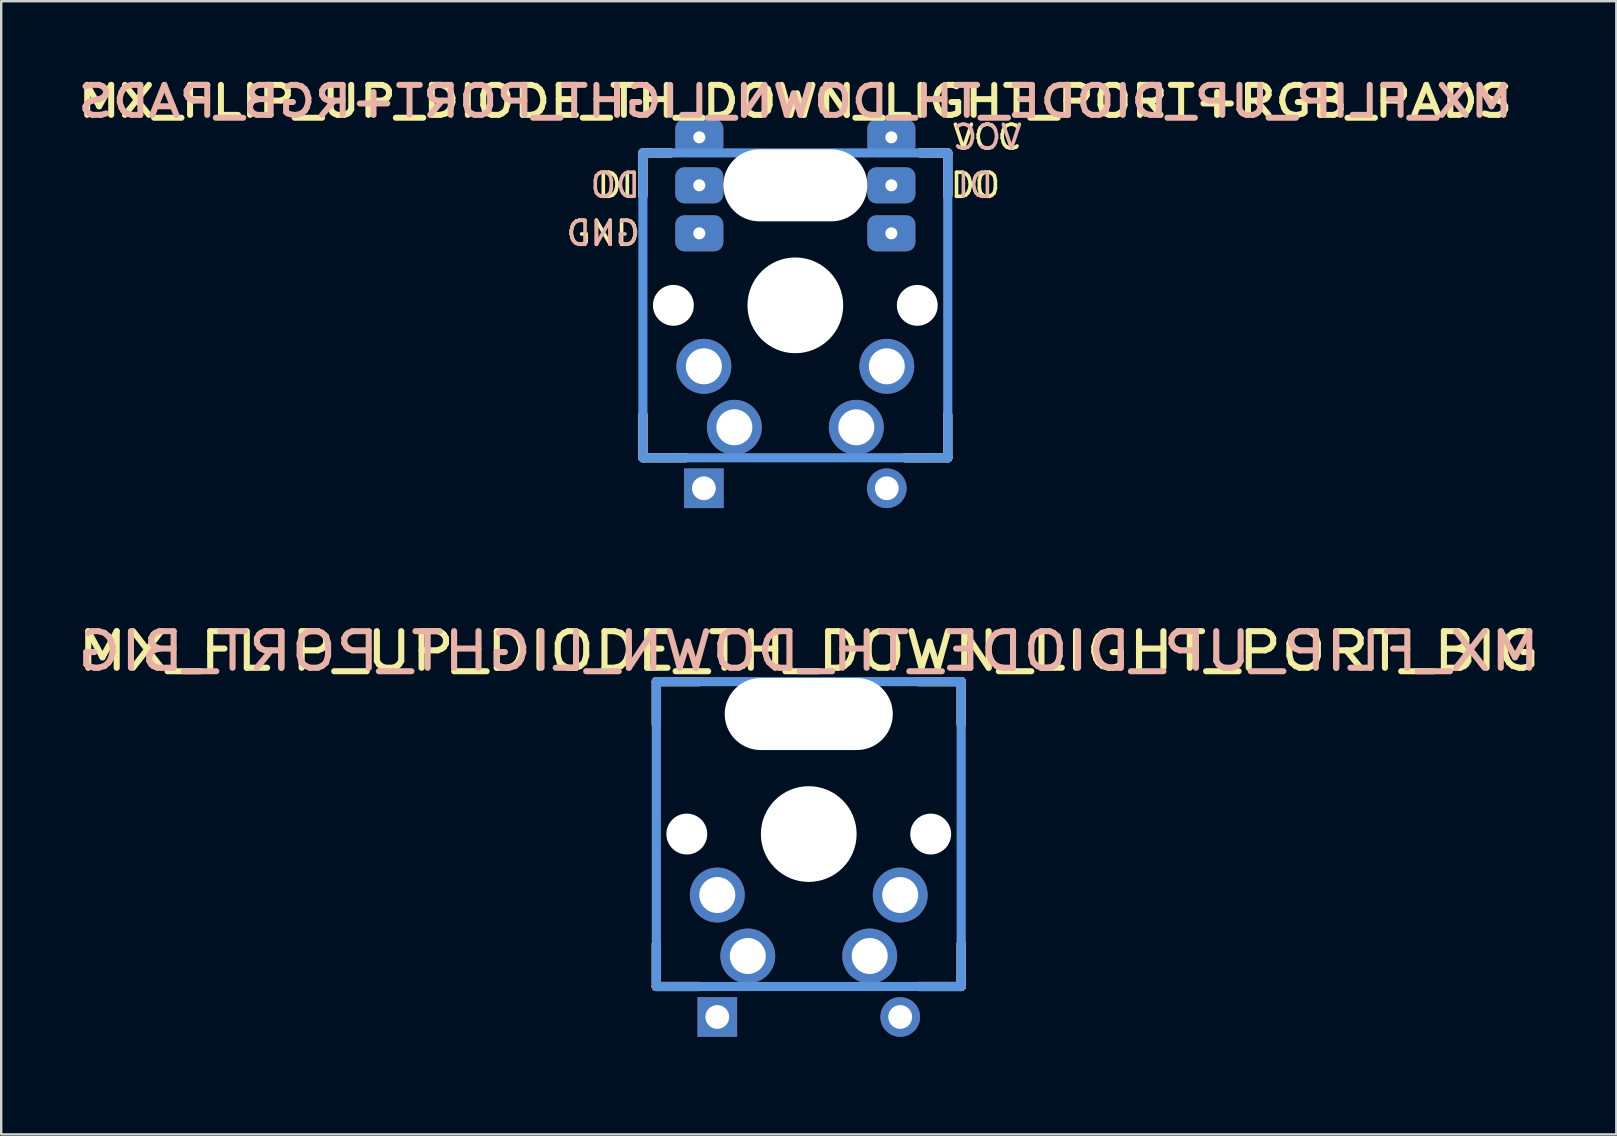
<source format=kicad_pcb>
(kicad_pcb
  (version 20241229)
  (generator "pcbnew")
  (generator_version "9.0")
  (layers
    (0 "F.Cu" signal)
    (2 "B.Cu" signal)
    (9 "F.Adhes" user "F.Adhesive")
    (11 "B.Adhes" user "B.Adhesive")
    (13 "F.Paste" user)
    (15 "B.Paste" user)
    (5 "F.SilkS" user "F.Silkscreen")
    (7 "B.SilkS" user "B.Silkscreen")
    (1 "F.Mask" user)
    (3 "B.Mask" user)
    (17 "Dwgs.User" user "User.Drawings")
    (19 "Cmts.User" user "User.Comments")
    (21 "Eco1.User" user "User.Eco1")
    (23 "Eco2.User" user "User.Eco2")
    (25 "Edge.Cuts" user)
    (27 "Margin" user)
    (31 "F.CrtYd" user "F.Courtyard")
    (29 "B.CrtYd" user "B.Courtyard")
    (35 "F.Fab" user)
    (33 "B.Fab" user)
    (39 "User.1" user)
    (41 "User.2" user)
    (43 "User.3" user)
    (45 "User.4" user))
  (footprint "MX_FLIP_UP_DIODE_TH_DOWN_LIGHT_PORT+RGB_PADS"
    (layer "F.Cu")
    (at 30.082 9.67)
    (property "Reference" "MX_FLIP_UP_DIODE_TH_DOWN_LIGHT_PORT+RGB_PADS" (at 0 -8.5 180) (layer "F.SilkS") (effects (font (size 1.25 1.5) (thickness 0.25))))
    (attr through_hole)
    (fp_line (start -6.35 -6.35) (end -5.2 -6.35) (stroke (width 0.381) (type solid)) (layer "F.SilkS"))
    (fp_line (start -6.35 -4.572) (end -6.35 -6.35) (stroke (width 0.381) (type solid)) (layer "F.SilkS"))
    (fp_line (start -6.35 6.35) (end -6.35 4.572) (stroke (width 0.381) (type solid)) (layer "F.SilkS"))
    (fp_line (start -4.572 6.35) (end -6.35 6.35) (stroke (width 0.381) (type solid)) (layer "F.SilkS"))
    (fp_line (start 5.2 -6.35) (end 6.35 -6.35) (stroke (width 0.381) (type solid)) (layer "F.SilkS"))
    (fp_line (start 6.35 -6.35) (end 6.35 -4.572) (stroke (width 0.381) (type solid)) (layer "F.SilkS"))
    (fp_line (start 6.35 4.572) (end 6.35 6.35) (stroke (width 0.381) (type solid)) (layer "F.SilkS"))
    (fp_line (start 6.35 6.35) (end 4.572 6.35) (stroke (width 0.381) (type solid)) (layer "F.SilkS"))
    (fp_line (start -6.35 -6.35) (end -5.2 -6.35) (stroke (width 0.381) (type solid)) (layer "B.SilkS"))
    (fp_line (start -6.35 -4.572) (end -6.35 -6.35) (stroke (width 0.381) (type solid)) (layer "B.SilkS"))
    (fp_line (start -6.35 6.35) (end -6.35 4.572) (stroke (width 0.381) (type solid)) (layer "B.SilkS"))
    (fp_line (start -4.572 6.35) (end -6.35 6.35) (stroke (width 0.381) (type solid)) (layer "B.SilkS"))
    (fp_line (start 5.2 -6.35) (end 6.35 -6.35) (stroke (width 0.381) (type solid)) (layer "B.SilkS"))
    (fp_line (start 6.35 -6.35) (end 6.35 -4.572) (stroke (width 0.381) (type solid)) (layer "B.SilkS"))
    (fp_line (start 6.35 4.572) (end 6.35 6.35) (stroke (width 0.381) (type solid)) (layer "B.SilkS"))
    (fp_line (start 6.35 6.35) (end 4.572 6.35) (stroke (width 0.381) (type solid)) (layer "B.SilkS"))
    (fp_line (start -6.35 -6.35) (end 6.35 -6.35) (stroke (width 0.381) (type solid)) (layer "Cmts.User"))
    (fp_line (start -6.35 6.35) (end -6.35 -6.35) (stroke (width 0.381) (type solid)) (layer "Cmts.User"))
    (fp_line (start 6.35 -6.35) (end 6.35 6.35) (stroke (width 0.381) (type solid)) (layer "Cmts.User"))
    (fp_line (start 6.35 6.35) (end -6.35 6.35) (stroke (width 0.381) (type solid)) (layer "Cmts.User"))
    (fp_line (start -9.5 -9.5) (end 9.5 -9.5) (stroke (width 0.025) (type solid)) (layer "Eco2.User"))
    (fp_line (start -9.5 9.5) (end -9.5 -9.5) (stroke (width 0.025) (type solid)) (layer "Eco2.User"))
    (fp_line (start -7 -7) (end 7 -7) (stroke (width 0.025) (type solid)) (layer "Eco2.User"))
    (fp_line (start -7 7) (end -7 -7) (stroke (width 0.025) (type solid)) (layer "Eco2.User"))
    (fp_line (start 7 7) (end -7 7) (stroke (width 0.025) (type solid)) (layer "Eco2.User"))
    (fp_line (start 7 7) (end 7 -7) (stroke (width 0.025) (type solid)) (layer "Eco2.User"))
    (fp_line (start 9.5 -9.5) (end 9.5 9.5) (stroke (width 0.025) (type solid)) (layer "Eco2.User"))
    (fp_line (start 9.5 9.5) (end -9.5 9.5) (stroke (width 0.025) (type solid)) (layer "Eco2.User"))
    (fp_text user "VCC" (at 8 -7 0) (layer "F.SilkS") (effects (font (size 1 1) (thickness 0.15))))
    (fp_text user "GND" (at -8 -3 0) (layer "F.SilkS") (effects (font (size 1 1) (thickness 0.15))))
    (fp_text user "DO" (at 7.5 -5 0) (layer "F.SilkS") (effects (font (size 1 1) (thickness 0.15))))
    (fp_text user "DI" (at -7.5 -5 0) (layer "F.SilkS") (effects (font (size 1 1) (thickness 0.15))))
    (fp_text user "GND" (at -8 -3 0) (layer "B.SilkS") (effects (font (size 1 1) (thickness 0.15)) (justify mirror)))
    (fp_text user "DI" (at 7.5 -5 0) (layer "B.SilkS") (effects (font (size 1 1) (thickness 0.15)) (justify mirror)))
    (fp_text user "VCC" (at 8 -7 0) (layer "B.SilkS") (effects (font (size 1 1) (thickness 0.15)) (justify mirror)))
    (fp_text user "${REFERENCE}" (at 0 -8.5 0) (layer "B.SilkS") (effects (font (size 1.25 1.5) (thickness 0.25)) (justify mirror)))
    (fp_text user "DO" (at -7.5 -5 0) (layer "B.SilkS") (effects (font (size 1 1) (thickness 0.15)) (justify mirror)))
    (pad "" np_thru_hole circle (at -5.08 0 180) (size 1.702 1.702) (drill 1.702) (layers "*.Cu" "*.Mask"))
    (pad "" np_thru_hole oval (at 0 -5 180) (size 6 3) (drill oval 6 3) (layers "*.Cu" "*.Mask"))
    (pad "" np_thru_hole circle (at 0 0 180) (size 3.988 3.988) (drill 3.988) (layers "*.Cu" "*.Mask"))
    (pad "" np_thru_hole circle (at 5.08 0 180) (size 1.702 1.702) (drill 1.702) (layers "*.Cu" "*.Mask"))
    (pad "1" thru_hole circle (at -3.81 2.54 180) (size 2.286 2.286) (drill 1.499) (layers "*.Cu" "*.Mask"))
    (pad "1" thru_hole circle (at -2.54 5.08 180) (size 2.286 2.286) (drill 1.499) (layers "*.Cu" "*.Mask"))
    (pad "2" thru_hole circle (at 2.54 5.08 180) (size 2.286 2.286) (drill 1.499) (layers "*.Cu" "*.Mask"))
    (pad "2" thru_hole circle (at 3.81 2.54 180) (size 2.286 2.286) (drill 1.499) (layers "*.Cu" "*.Mask"))
    (pad "3" thru_hole circle (at 3.81 7.62 180) (size 1.651 1.651) (drill 0.991) (layers "*.Cu" "*.Mask"))
    (pad "4" thru_hole rect (at -3.81 7.62 180) (size 1.651 1.651) (drill 0.991) (layers "*.Cu" "*.Mask"))
    (pad "5" thru_hole roundrect (at -4 -5 180) (size 2 1.5) (drill 0.5) (layers "*.Cu" "*.Mask") (roundrect_rratio 0.25))
    (pad "6" thru_hole roundrect (at 4 -5 180) (size 2 1.5) (drill 0.5) (layers "*.Cu" "*.Mask") (roundrect_rratio 0.25))
    (pad "7" thru_hole roundrect (at -4 -7 180) (size 2 1.5) (drill 0.5) (layers "*.Cu" "*.Mask") (roundrect_rratio 0.25))
    (pad "7" thru_hole roundrect (at 4 -7 180) (size 2 1.5) (drill 0.5) (layers "*.Cu" "*.Mask") (roundrect_rratio 0.25))
    (pad "8" thru_hole roundrect (at -4 -3 180) (size 2 1.5) (drill 0.5) (layers "*.Cu" "*.Mask") (roundrect_rratio 0.25))
    (pad "8" thru_hole roundrect (at 4 -3 180) (size 2 1.5) (drill 0.5) (layers "*.Cu" "*.Mask") (roundrect_rratio 0.25)))
  (footprint "MX_FLIP_UP_DIODE_TH_DOWN_LIGHT_PORT_BIG"
    (layer "F.Cu")
    (at 30.641 31.695)
    (property "Reference" "MX_FLIP_UP_DIODE_TH_DOWN_LIGHT_PORT_BIG" (at 0 -7.62 180) (layer "F.SilkS") (effects (font (size 1.524 1.778) (thickness 0.254))))
    (attr through_hole)
    (fp_line (start -6.35 -6.35) (end -4.572 -6.35) (stroke (width 0.381) (type solid)) (layer "F.SilkS"))
    (fp_line (start -6.35 -4.572) (end -6.35 -6.35) (stroke (width 0.381) (type solid)) (layer "F.SilkS"))
    (fp_line (start -6.35 6.35) (end -6.35 4.572) (stroke (width 0.381) (type solid)) (layer "F.SilkS"))
    (fp_line (start -4.572 6.35) (end -6.35 6.35) (stroke (width 0.381) (type solid)) (layer "F.SilkS"))
    (fp_line (start 4.572 -6.35) (end 6.35 -6.35) (stroke (width 0.381) (type solid)) (layer "F.SilkS"))
    (fp_line (start 6.35 -6.35) (end 6.35 -4.572) (stroke (width 0.381) (type solid)) (layer "F.SilkS"))
    (fp_line (start 6.35 4.572) (end 6.35 6.35) (stroke (width 0.381) (type solid)) (layer "F.SilkS"))
    (fp_line (start 6.35 6.35) (end 4.572 6.35) (stroke (width 0.381) (type solid)) (layer "F.SilkS"))
    (fp_line (start -6.35 -6.35) (end -4.572 -6.35) (stroke (width 0.381) (type solid)) (layer "B.SilkS"))
    (fp_line (start -6.35 -4.572) (end -6.35 -6.35) (stroke (width 0.381) (type solid)) (layer "B.SilkS"))
    (fp_line (start -6.35 6.35) (end -6.35 4.572) (stroke (width 0.381) (type solid)) (layer "B.SilkS"))
    (fp_line (start -4.572 6.35) (end -6.35 6.35) (stroke (width 0.381) (type solid)) (layer "B.SilkS"))
    (fp_line (start 4.572 -6.35) (end 6.35 -6.35) (stroke (width 0.381) (type solid)) (layer "B.SilkS"))
    (fp_line (start 6.35 -6.35) (end 6.35 -4.572) (stroke (width 0.381) (type solid)) (layer "B.SilkS"))
    (fp_line (start 6.35 4.572) (end 6.35 6.35) (stroke (width 0.381) (type solid)) (layer "B.SilkS"))
    (fp_line (start 6.35 6.35) (end 4.572 6.35) (stroke (width 0.381) (type solid)) (layer "B.SilkS"))
    (fp_line (start -6.35 -6.35) (end 6.35 -6.35) (stroke (width 0.381) (type solid)) (layer "Cmts.User"))
    (fp_line (start -6.35 6.35) (end -6.35 -6.35) (stroke (width 0.381) (type solid)) (layer "Cmts.User"))
    (fp_line (start 6.35 -6.35) (end 6.35 6.35) (stroke (width 0.381) (type solid)) (layer "Cmts.User"))
    (fp_line (start 6.35 6.35) (end -6.35 6.35) (stroke (width 0.381) (type solid)) (layer "Cmts.User"))
    (fp_line (start -9.5 -9.5) (end 9.5 -9.5) (stroke (width 0.025) (type solid)) (layer "Eco2.User"))
    (fp_line (start -9.5 9.5) (end -9.5 -9.5) (stroke (width 0.025) (type solid)) (layer "Eco2.User"))
    (fp_line (start -7 -7) (end 7 -7) (stroke (width 0.025) (type solid)) (layer "Eco2.User"))
    (fp_line (start -7 7) (end -7 -7) (stroke (width 0.025) (type solid)) (layer "Eco2.User"))
    (fp_line (start 7 7) (end -7 7) (stroke (width 0.025) (type solid)) (layer "Eco2.User"))
    (fp_line (start 7 7) (end 7 -7) (stroke (width 0.025) (type solid)) (layer "Eco2.User"))
    (fp_line (start 9.5 -9.5) (end 9.5 9.5) (stroke (width 0.025) (type solid)) (layer "Eco2.User"))
    (fp_line (start 9.5 9.5) (end -9.5 9.5) (stroke (width 0.025) (type solid)) (layer "Eco2.User"))
    (fp_text user "${REFERENCE}" (at 0 -7.62 0) (layer "B.SilkS") (effects (font (size 1.524 1.778) (thickness 0.254)) (justify mirror)))
    (pad "" np_thru_hole circle (at -5.08 0 180) (size 1.702 1.702) (drill 1.702) (layers "*.Cu" "*.Mask"))
    (pad "" np_thru_hole oval (at 0 -5 180) (size 7 3) (drill oval 7 3) (layers "*.Cu" "*.Mask"))
    (pad "" np_thru_hole circle (at 0 0 180) (size 3.988 3.988) (drill 3.988) (layers "*.Cu" "*.Mask"))
    (pad "" np_thru_hole circle (at 5.08 0 180) (size 1.702 1.702) (drill 1.702) (layers "*.Cu" "*.Mask"))
    (pad "1" thru_hole circle (at -3.81 2.54 180) (size 2.286 2.286) (drill 1.499) (layers "*.Cu" "*.Mask"))
    (pad "1" thru_hole circle (at -2.54 5.08 180) (size 2.286 2.286) (drill 1.499) (layers "*.Cu" "*.Mask"))
    (pad "2" thru_hole circle (at 2.54 5.08 180) (size 2.286 2.286) (drill 1.499) (layers "*.Cu" "*.Mask"))
    (pad "2" thru_hole circle (at 3.81 2.54 180) (size 2.286 2.286) (drill 1.499) (layers "*.Cu" "*.Mask"))
    (pad "3" thru_hole circle (at 3.81 7.62 180) (size 1.651 1.651) (drill 0.991) (layers "*.Cu" "*.Mask"))
    (pad "4" thru_hole rect (at -3.81 7.62 180) (size 1.651 1.651) (drill 0.991) (layers "*.Cu" "*.Mask")))
  (gr_rect
    (start -3 -3)
    (end 64.282 44.208)
    (stroke (width 0.1) (type default))
    (fill no)
    (layer "Edge.Cuts")))
</source>
